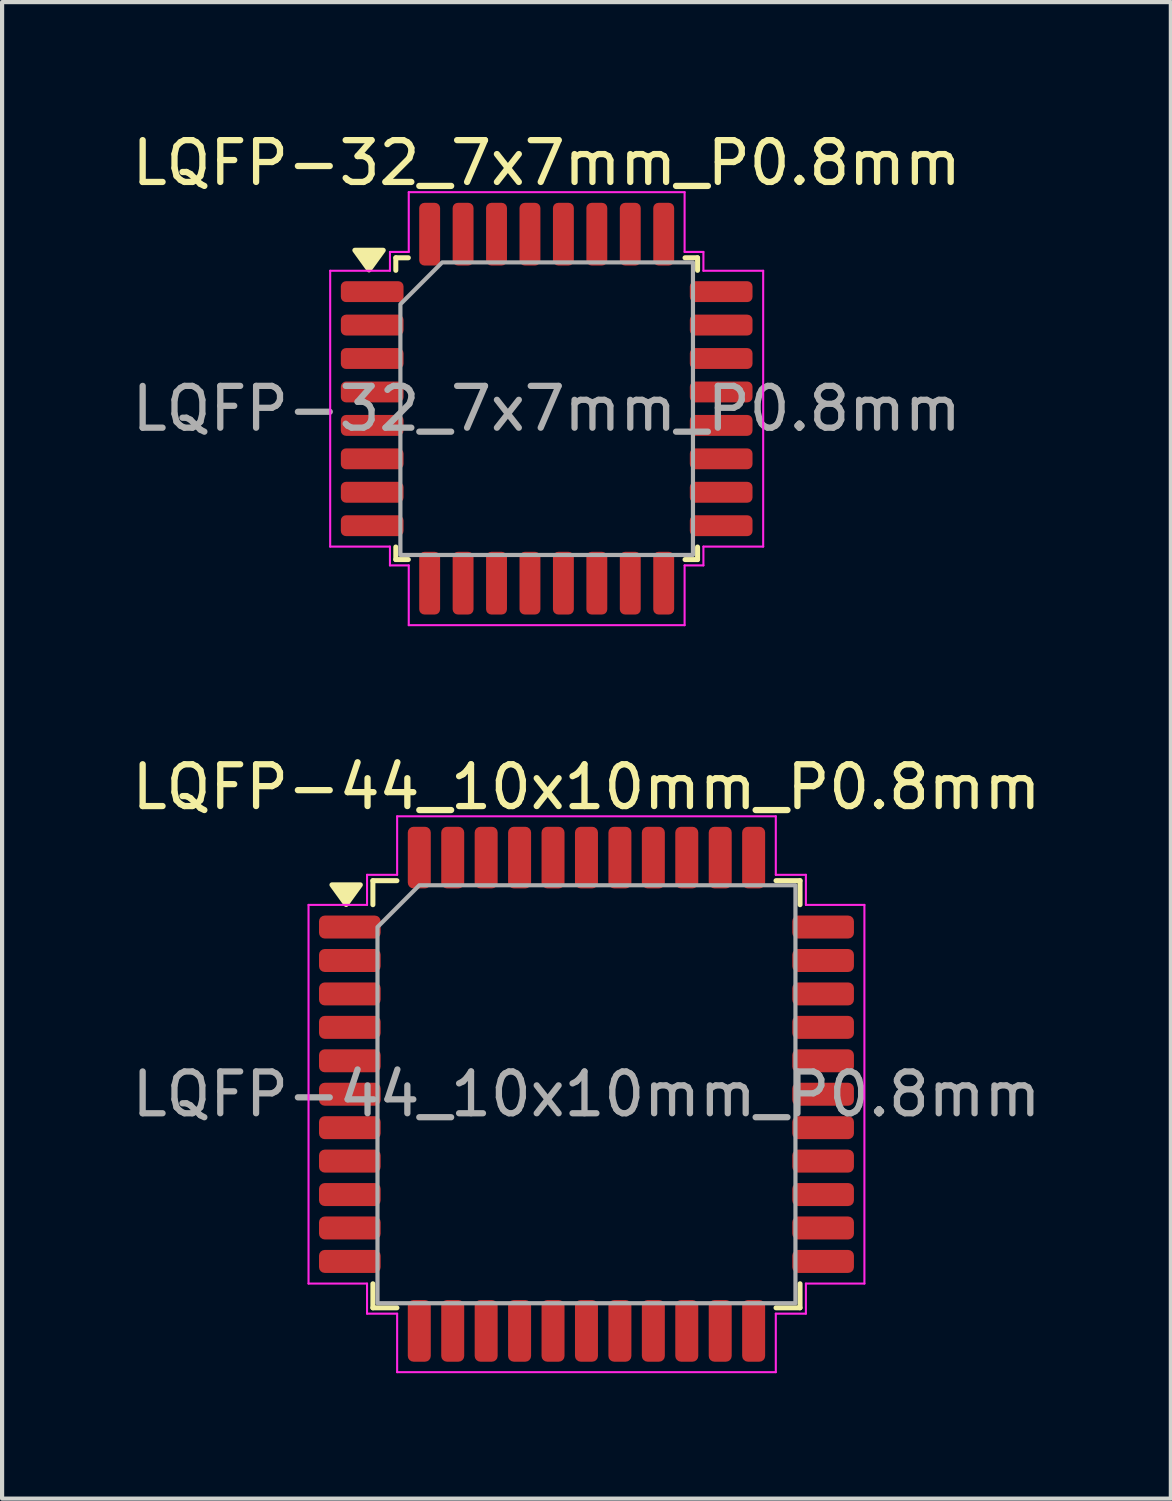
<source format=kicad_pcb>
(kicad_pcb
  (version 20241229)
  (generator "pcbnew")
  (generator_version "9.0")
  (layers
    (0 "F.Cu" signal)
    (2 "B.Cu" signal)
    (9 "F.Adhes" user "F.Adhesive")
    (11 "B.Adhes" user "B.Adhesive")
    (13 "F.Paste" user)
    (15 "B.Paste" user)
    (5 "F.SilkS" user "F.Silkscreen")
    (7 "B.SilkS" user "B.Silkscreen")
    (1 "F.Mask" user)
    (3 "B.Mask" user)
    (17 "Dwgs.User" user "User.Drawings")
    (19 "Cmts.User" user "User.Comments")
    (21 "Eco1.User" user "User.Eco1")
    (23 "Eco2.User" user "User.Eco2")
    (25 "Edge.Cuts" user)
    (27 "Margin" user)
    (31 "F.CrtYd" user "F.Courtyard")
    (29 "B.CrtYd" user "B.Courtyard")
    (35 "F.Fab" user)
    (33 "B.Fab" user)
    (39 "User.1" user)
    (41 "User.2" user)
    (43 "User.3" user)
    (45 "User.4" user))
  (footprint "LQFP-44_10x10mm_P0.8mm"
    (layer "F.Cu")
    (at 10.982 23.131)
    (property "Reference" "LQFP-44_10x10mm_P0.8mm" (at 0 -7.35 0) (layer "F.SilkS") (effects (font (size 1 1) (thickness 0.15))))
    (attr smd)
    (fp_line (start -5.11 -5.11) (end -4.535 -5.11) (stroke (width 0.12) (type solid)) (layer "F.SilkS"))
    (fp_line (start -5.11 -4.535) (end -5.11 -5.11) (stroke (width 0.12) (type solid)) (layer "F.SilkS"))
    (fp_line (start -5.11 5.11) (end -5.11 4.535) (stroke (width 0.12) (type solid)) (layer "F.SilkS"))
    (fp_line (start -4.535 5.11) (end -5.11 5.11) (stroke (width 0.12) (type solid)) (layer "F.SilkS"))
    (fp_line (start 4.535 -5.11) (end 5.11 -5.11) (stroke (width 0.12) (type solid)) (layer "F.SilkS"))
    (fp_line (start 5.11 -5.11) (end 5.11 -4.535) (stroke (width 0.12) (type solid)) (layer "F.SilkS"))
    (fp_line (start 5.11 4.535) (end 5.11 5.11) (stroke (width 0.12) (type solid)) (layer "F.SilkS"))
    (fp_line (start 5.11 5.11) (end 4.535 5.11) (stroke (width 0.12) (type solid)) (layer "F.SilkS"))
    (fp_poly (pts (xy -5.75 -4.54) (xy -6.09 -5.01) (xy -5.41 -5.01)) (stroke (width 0.12) (type solid)) (fill yes) (layer "F.SilkS"))
    (fp_line (start -6.65 -4.53) (end -5.25 -4.53) (stroke (width 0.05) (type solid)) (layer "F.CrtYd"))
    (fp_line (start -6.65 4.53) (end -6.65 -4.53) (stroke (width 0.05) (type solid)) (layer "F.CrtYd"))
    (fp_line (start -5.25 -5.25) (end -4.53 -5.25) (stroke (width 0.05) (type solid)) (layer "F.CrtYd"))
    (fp_line (start -5.25 -4.53) (end -5.25 -5.25) (stroke (width 0.05) (type solid)) (layer "F.CrtYd"))
    (fp_line (start -5.25 4.53) (end -6.65 4.53) (stroke (width 0.05) (type solid)) (layer "F.CrtYd"))
    (fp_line (start -5.25 5.25) (end -5.25 4.53) (stroke (width 0.05) (type solid)) (layer "F.CrtYd"))
    (fp_line (start -4.53 -6.65) (end 4.53 -6.65) (stroke (width 0.05) (type solid)) (layer "F.CrtYd"))
    (fp_line (start -4.53 -5.25) (end -4.53 -6.65) (stroke (width 0.05) (type solid)) (layer "F.CrtYd"))
    (fp_line (start -4.53 5.25) (end -5.25 5.25) (stroke (width 0.05) (type solid)) (layer "F.CrtYd"))
    (fp_line (start -4.53 6.65) (end -4.53 5.25) (stroke (width 0.05) (type solid)) (layer "F.CrtYd"))
    (fp_line (start 4.53 -6.65) (end 4.53 -5.25) (stroke (width 0.05) (type solid)) (layer "F.CrtYd"))
    (fp_line (start 4.53 -5.25) (end 5.25 -5.25) (stroke (width 0.05) (type solid)) (layer "F.CrtYd"))
    (fp_line (start 4.53 5.25) (end 4.53 6.65) (stroke (width 0.05) (type solid)) (layer "F.CrtYd"))
    (fp_line (start 4.53 6.65) (end -4.53 6.65) (stroke (width 0.05) (type solid)) (layer "F.CrtYd"))
    (fp_line (start 5.25 -5.25) (end 5.25 -4.53) (stroke (width 0.05) (type solid)) (layer "F.CrtYd"))
    (fp_line (start 5.25 -4.53) (end 6.65 -4.53) (stroke (width 0.05) (type solid)) (layer "F.CrtYd"))
    (fp_line (start 5.25 4.53) (end 5.25 5.25) (stroke (width 0.05) (type solid)) (layer "F.CrtYd"))
    (fp_line (start 5.25 5.25) (end 4.53 5.25) (stroke (width 0.05) (type solid)) (layer "F.CrtYd"))
    (fp_line (start 6.65 -4.53) (end 6.65 4.53) (stroke (width 0.05) (type solid)) (layer "F.CrtYd"))
    (fp_line (start 6.65 4.53) (end 5.25 4.53) (stroke (width 0.05) (type solid)) (layer "F.CrtYd"))
    (fp_poly (pts (xy -5 -4) (xy -5 5) (xy 5 5) (xy 5 -5) (xy -4 -5)) (stroke (width 0.1) (type solid)) (fill no) (layer "F.Fab"))
    (fp_text user "${REFERENCE}" (at 0 0 0) (layer "F.Fab") (effects (font (size 1 1) (thickness 0.15))))
    (pad "1" smd roundrect (at -5.662 -4) (size 1.475 0.55) (layers "F.Cu" "F.Mask" "F.Paste") (roundrect_rratio 0.25))
    (pad "2" smd roundrect (at -5.662 -3.2) (size 1.475 0.55) (layers "F.Cu" "F.Mask" "F.Paste") (roundrect_rratio 0.25))
    (pad "3" smd roundrect (at -5.662 -2.4) (size 1.475 0.55) (layers "F.Cu" "F.Mask" "F.Paste") (roundrect_rratio 0.25))
    (pad "4" smd roundrect (at -5.662 -1.6) (size 1.475 0.55) (layers "F.Cu" "F.Mask" "F.Paste") (roundrect_rratio 0.25))
    (pad "5" smd roundrect (at -5.662 -0.8) (size 1.475 0.55) (layers "F.Cu" "F.Mask" "F.Paste") (roundrect_rratio 0.25))
    (pad "6" smd roundrect (at -5.662 0) (size 1.475 0.55) (layers "F.Cu" "F.Mask" "F.Paste") (roundrect_rratio 0.25))
    (pad "7" smd roundrect (at -5.662 0.8) (size 1.475 0.55) (layers "F.Cu" "F.Mask" "F.Paste") (roundrect_rratio 0.25))
    (pad "8" smd roundrect (at -5.662 1.6) (size 1.475 0.55) (layers "F.Cu" "F.Mask" "F.Paste") (roundrect_rratio 0.25))
    (pad "9" smd roundrect (at -5.662 2.4) (size 1.475 0.55) (layers "F.Cu" "F.Mask" "F.Paste") (roundrect_rratio 0.25))
    (pad "10" smd roundrect (at -5.662 3.2) (size 1.475 0.55) (layers "F.Cu" "F.Mask" "F.Paste") (roundrect_rratio 0.25))
    (pad "11" smd roundrect (at -5.662 4) (size 1.475 0.55) (layers "F.Cu" "F.Mask" "F.Paste") (roundrect_rratio 0.25))
    (pad "12" smd roundrect (at -4 5.662) (size 0.55 1.475) (layers "F.Cu" "F.Mask" "F.Paste") (roundrect_rratio 0.25))
    (pad "13" smd roundrect (at -3.2 5.662) (size 0.55 1.475) (layers "F.Cu" "F.Mask" "F.Paste") (roundrect_rratio 0.25))
    (pad "14" smd roundrect (at -2.4 5.662) (size 0.55 1.475) (layers "F.Cu" "F.Mask" "F.Paste") (roundrect_rratio 0.25))
    (pad "15" smd roundrect (at -1.6 5.662) (size 0.55 1.475) (layers "F.Cu" "F.Mask" "F.Paste") (roundrect_rratio 0.25))
    (pad "16" smd roundrect (at -0.8 5.662) (size 0.55 1.475) (layers "F.Cu" "F.Mask" "F.Paste") (roundrect_rratio 0.25))
    (pad "17" smd roundrect (at 0 5.662) (size 0.55 1.475) (layers "F.Cu" "F.Mask" "F.Paste") (roundrect_rratio 0.25))
    (pad "18" smd roundrect (at 0.8 5.662) (size 0.55 1.475) (layers "F.Cu" "F.Mask" "F.Paste") (roundrect_rratio 0.25))
    (pad "19" smd roundrect (at 1.6 5.662) (size 0.55 1.475) (layers "F.Cu" "F.Mask" "F.Paste") (roundrect_rratio 0.25))
    (pad "20" smd roundrect (at 2.4 5.662) (size 0.55 1.475) (layers "F.Cu" "F.Mask" "F.Paste") (roundrect_rratio 0.25))
    (pad "21" smd roundrect (at 3.2 5.662) (size 0.55 1.475) (layers "F.Cu" "F.Mask" "F.Paste") (roundrect_rratio 0.25))
    (pad "22" smd roundrect (at 4 5.662) (size 0.55 1.475) (layers "F.Cu" "F.Mask" "F.Paste") (roundrect_rratio 0.25))
    (pad "23" smd roundrect (at 5.662 4) (size 1.475 0.55) (layers "F.Cu" "F.Mask" "F.Paste") (roundrect_rratio 0.25))
    (pad "24" smd roundrect (at 5.662 3.2) (size 1.475 0.55) (layers "F.Cu" "F.Mask" "F.Paste") (roundrect_rratio 0.25))
    (pad "25" smd roundrect (at 5.662 2.4) (size 1.475 0.55) (layers "F.Cu" "F.Mask" "F.Paste") (roundrect_rratio 0.25))
    (pad "26" smd roundrect (at 5.662 1.6) (size 1.475 0.55) (layers "F.Cu" "F.Mask" "F.Paste") (roundrect_rratio 0.25))
    (pad "27" smd roundrect (at 5.662 0.8) (size 1.475 0.55) (layers "F.Cu" "F.Mask" "F.Paste") (roundrect_rratio 0.25))
    (pad "28" smd roundrect (at 5.662 0) (size 1.475 0.55) (layers "F.Cu" "F.Mask" "F.Paste") (roundrect_rratio 0.25))
    (pad "29" smd roundrect (at 5.662 -0.8) (size 1.475 0.55) (layers "F.Cu" "F.Mask" "F.Paste") (roundrect_rratio 0.25))
    (pad "30" smd roundrect (at 5.662 -1.6) (size 1.475 0.55) (layers "F.Cu" "F.Mask" "F.Paste") (roundrect_rratio 0.25))
    (pad "31" smd roundrect (at 5.662 -2.4) (size 1.475 0.55) (layers "F.Cu" "F.Mask" "F.Paste") (roundrect_rratio 0.25))
    (pad "32" smd roundrect (at 5.662 -3.2) (size 1.475 0.55) (layers "F.Cu" "F.Mask" "F.Paste") (roundrect_rratio 0.25))
    (pad "33" smd roundrect (at 5.662 -4) (size 1.475 0.55) (layers "F.Cu" "F.Mask" "F.Paste") (roundrect_rratio 0.25))
    (pad "34" smd roundrect (at 4 -5.662) (size 0.55 1.475) (layers "F.Cu" "F.Mask" "F.Paste") (roundrect_rratio 0.25))
    (pad "35" smd roundrect (at 3.2 -5.662) (size 0.55 1.475) (layers "F.Cu" "F.Mask" "F.Paste") (roundrect_rratio 0.25))
    (pad "36" smd roundrect (at 2.4 -5.662) (size 0.55 1.475) (layers "F.Cu" "F.Mask" "F.Paste") (roundrect_rratio 0.25))
    (pad "37" smd roundrect (at 1.6 -5.662) (size 0.55 1.475) (layers "F.Cu" "F.Mask" "F.Paste") (roundrect_rratio 0.25))
    (pad "38" smd roundrect (at 0.8 -5.662) (size 0.55 1.475) (layers "F.Cu" "F.Mask" "F.Paste") (roundrect_rratio 0.25))
    (pad "39" smd roundrect (at 0 -5.662) (size 0.55 1.475) (layers "F.Cu" "F.Mask" "F.Paste") (roundrect_rratio 0.25))
    (pad "40" smd roundrect (at -0.8 -5.662) (size 0.55 1.475) (layers "F.Cu" "F.Mask" "F.Paste") (roundrect_rratio 0.25))
    (pad "41" smd roundrect (at -1.6 -5.662) (size 0.55 1.475) (layers "F.Cu" "F.Mask" "F.Paste") (roundrect_rratio 0.25))
    (pad "42" smd roundrect (at -2.4 -5.662) (size 0.55 1.475) (layers "F.Cu" "F.Mask" "F.Paste") (roundrect_rratio 0.25))
    (pad "43" smd roundrect (at -3.2 -5.662) (size 0.55 1.475) (layers "F.Cu" "F.Mask" "F.Paste") (roundrect_rratio 0.25))
    (pad "44" smd roundrect (at -4 -5.662) (size 0.55 1.475) (layers "F.Cu" "F.Mask" "F.Paste") (roundrect_rratio 0.25)))
  (footprint "LQFP-32_7x7mm_P0.8mm"
    (layer "F.Cu")
    (at 10.03 6.728)
    (property "Reference" "LQFP-32_7x7mm_P0.8mm" (at 0 -5.88 0) (layer "F.SilkS") (effects (font (size 1 1) (thickness 0.15))))
    (attr smd)
    (fp_line (start -3.61 -3.61) (end -3.31 -3.61) (stroke (width 0.12) (type solid)) (layer "F.SilkS"))
    (fp_line (start -3.61 -3.31) (end -3.61 -3.61) (stroke (width 0.12) (type solid)) (layer "F.SilkS"))
    (fp_line (start -3.61 3.61) (end -3.61 3.31) (stroke (width 0.12) (type solid)) (layer "F.SilkS"))
    (fp_line (start -3.31 3.61) (end -3.61 3.61) (stroke (width 0.12) (type solid)) (layer "F.SilkS"))
    (fp_line (start 3.31 -3.61) (end 3.61 -3.61) (stroke (width 0.12) (type solid)) (layer "F.SilkS"))
    (fp_line (start 3.61 -3.61) (end 3.61 -3.31) (stroke (width 0.12) (type solid)) (layer "F.SilkS"))
    (fp_line (start 3.61 3.31) (end 3.61 3.61) (stroke (width 0.12) (type solid)) (layer "F.SilkS"))
    (fp_line (start 3.61 3.61) (end 3.31 3.61) (stroke (width 0.12) (type solid)) (layer "F.SilkS"))
    (fp_poly (pts (xy -4.25 -3.32) (xy -4.59 -3.79) (xy -3.91 -3.79)) (stroke (width 0.12) (type solid)) (fill yes) (layer "F.SilkS"))
    (fp_line (start -5.18 -3.3) (end -3.75 -3.3) (stroke (width 0.05) (type solid)) (layer "F.CrtYd"))
    (fp_line (start -5.18 3.3) (end -5.18 -3.3) (stroke (width 0.05) (type solid)) (layer "F.CrtYd"))
    (fp_line (start -3.75 -3.75) (end -3.3 -3.75) (stroke (width 0.05) (type solid)) (layer "F.CrtYd"))
    (fp_line (start -3.75 -3.3) (end -3.75 -3.75) (stroke (width 0.05) (type solid)) (layer "F.CrtYd"))
    (fp_line (start -3.75 3.3) (end -5.18 3.3) (stroke (width 0.05) (type solid)) (layer "F.CrtYd"))
    (fp_line (start -3.75 3.75) (end -3.75 3.3) (stroke (width 0.05) (type solid)) (layer "F.CrtYd"))
    (fp_line (start -3.3 -5.18) (end 3.3 -5.18) (stroke (width 0.05) (type solid)) (layer "F.CrtYd"))
    (fp_line (start -3.3 -3.75) (end -3.3 -5.18) (stroke (width 0.05) (type solid)) (layer "F.CrtYd"))
    (fp_line (start -3.3 3.75) (end -3.75 3.75) (stroke (width 0.05) (type solid)) (layer "F.CrtYd"))
    (fp_line (start -3.3 5.18) (end -3.3 3.75) (stroke (width 0.05) (type solid)) (layer "F.CrtYd"))
    (fp_line (start 3.3 -5.18) (end 3.3 -3.75) (stroke (width 0.05) (type solid)) (layer "F.CrtYd"))
    (fp_line (start 3.3 -3.75) (end 3.75 -3.75) (stroke (width 0.05) (type solid)) (layer "F.CrtYd"))
    (fp_line (start 3.3 3.75) (end 3.3 5.18) (stroke (width 0.05) (type solid)) (layer "F.CrtYd"))
    (fp_line (start 3.3 5.18) (end -3.3 5.18) (stroke (width 0.05) (type solid)) (layer "F.CrtYd"))
    (fp_line (start 3.75 -3.75) (end 3.75 -3.3) (stroke (width 0.05) (type solid)) (layer "F.CrtYd"))
    (fp_line (start 3.75 -3.3) (end 5.18 -3.3) (stroke (width 0.05) (type solid)) (layer "F.CrtYd"))
    (fp_line (start 3.75 3.3) (end 3.75 3.75) (stroke (width 0.05) (type solid)) (layer "F.CrtYd"))
    (fp_line (start 3.75 3.75) (end 3.3 3.75) (stroke (width 0.05) (type solid)) (layer "F.CrtYd"))
    (fp_line (start 5.18 -3.3) (end 5.18 3.3) (stroke (width 0.05) (type solid)) (layer "F.CrtYd"))
    (fp_line (start 5.18 3.3) (end 3.75 3.3) (stroke (width 0.05) (type solid)) (layer "F.CrtYd"))
    (fp_poly (pts (xy -3.5 -2.5) (xy -3.5 3.5) (xy 3.5 3.5) (xy 3.5 -3.5) (xy -2.5 -3.5)) (stroke (width 0.1) (type solid)) (fill no) (layer "F.Fab"))
    (fp_text user "${REFERENCE}" (at 0 0 0) (layer "F.Fab") (effects (font (size 1 1) (thickness 0.15))))
    (pad "1" smd roundrect (at -4.175 -2.8) (size 1.5 0.5) (layers "F.Cu" "F.Mask" "F.Paste") (roundrect_rratio 0.25))
    (pad "2" smd roundrect (at -4.175 -2) (size 1.5 0.5) (layers "F.Cu" "F.Mask" "F.Paste") (roundrect_rratio 0.25))
    (pad "3" smd roundrect (at -4.175 -1.2) (size 1.5 0.5) (layers "F.Cu" "F.Mask" "F.Paste") (roundrect_rratio 0.25))
    (pad "4" smd roundrect (at -4.175 -0.4) (size 1.5 0.5) (layers "F.Cu" "F.Mask" "F.Paste") (roundrect_rratio 0.25))
    (pad "5" smd roundrect (at -4.175 0.4) (size 1.5 0.5) (layers "F.Cu" "F.Mask" "F.Paste") (roundrect_rratio 0.25))
    (pad "6" smd roundrect (at -4.175 1.2) (size 1.5 0.5) (layers "F.Cu" "F.Mask" "F.Paste") (roundrect_rratio 0.25))
    (pad "7" smd roundrect (at -4.175 2) (size 1.5 0.5) (layers "F.Cu" "F.Mask" "F.Paste") (roundrect_rratio 0.25))
    (pad "8" smd roundrect (at -4.175 2.8) (size 1.5 0.5) (layers "F.Cu" "F.Mask" "F.Paste") (roundrect_rratio 0.25))
    (pad "9" smd roundrect (at -2.8 4.175) (size 0.5 1.5) (layers "F.Cu" "F.Mask" "F.Paste") (roundrect_rratio 0.25))
    (pad "10" smd roundrect (at -2 4.175) (size 0.5 1.5) (layers "F.Cu" "F.Mask" "F.Paste") (roundrect_rratio 0.25))
    (pad "11" smd roundrect (at -1.2 4.175) (size 0.5 1.5) (layers "F.Cu" "F.Mask" "F.Paste") (roundrect_rratio 0.25))
    (pad "12" smd roundrect (at -0.4 4.175) (size 0.5 1.5) (layers "F.Cu" "F.Mask" "F.Paste") (roundrect_rratio 0.25))
    (pad "13" smd roundrect (at 0.4 4.175) (size 0.5 1.5) (layers "F.Cu" "F.Mask" "F.Paste") (roundrect_rratio 0.25))
    (pad "14" smd roundrect (at 1.2 4.175) (size 0.5 1.5) (layers "F.Cu" "F.Mask" "F.Paste") (roundrect_rratio 0.25))
    (pad "15" smd roundrect (at 2 4.175) (size 0.5 1.5) (layers "F.Cu" "F.Mask" "F.Paste") (roundrect_rratio 0.25))
    (pad "16" smd roundrect (at 2.8 4.175) (size 0.5 1.5) (layers "F.Cu" "F.Mask" "F.Paste") (roundrect_rratio 0.25))
    (pad "17" smd roundrect (at 4.175 2.8) (size 1.5 0.5) (layers "F.Cu" "F.Mask" "F.Paste") (roundrect_rratio 0.25))
    (pad "18" smd roundrect (at 4.175 2) (size 1.5 0.5) (layers "F.Cu" "F.Mask" "F.Paste") (roundrect_rratio 0.25))
    (pad "19" smd roundrect (at 4.175 1.2) (size 1.5 0.5) (layers "F.Cu" "F.Mask" "F.Paste") (roundrect_rratio 0.25))
    (pad "20" smd roundrect (at 4.175 0.4) (size 1.5 0.5) (layers "F.Cu" "F.Mask" "F.Paste") (roundrect_rratio 0.25))
    (pad "21" smd roundrect (at 4.175 -0.4) (size 1.5 0.5) (layers "F.Cu" "F.Mask" "F.Paste") (roundrect_rratio 0.25))
    (pad "22" smd roundrect (at 4.175 -1.2) (size 1.5 0.5) (layers "F.Cu" "F.Mask" "F.Paste") (roundrect_rratio 0.25))
    (pad "23" smd roundrect (at 4.175 -2) (size 1.5 0.5) (layers "F.Cu" "F.Mask" "F.Paste") (roundrect_rratio 0.25))
    (pad "24" smd roundrect (at 4.175 -2.8) (size 1.5 0.5) (layers "F.Cu" "F.Mask" "F.Paste") (roundrect_rratio 0.25))
    (pad "25" smd roundrect (at 2.8 -4.175) (size 0.5 1.5) (layers "F.Cu" "F.Mask" "F.Paste") (roundrect_rratio 0.25))
    (pad "26" smd roundrect (at 2 -4.175) (size 0.5 1.5) (layers "F.Cu" "F.Mask" "F.Paste") (roundrect_rratio 0.25))
    (pad "27" smd roundrect (at 1.2 -4.175) (size 0.5 1.5) (layers "F.Cu" "F.Mask" "F.Paste") (roundrect_rratio 0.25))
    (pad "28" smd roundrect (at 0.4 -4.175) (size 0.5 1.5) (layers "F.Cu" "F.Mask" "F.Paste") (roundrect_rratio 0.25))
    (pad "29" smd roundrect (at -0.4 -4.175) (size 0.5 1.5) (layers "F.Cu" "F.Mask" "F.Paste") (roundrect_rratio 0.25))
    (pad "30" smd roundrect (at -1.2 -4.175) (size 0.5 1.5) (layers "F.Cu" "F.Mask" "F.Paste") (roundrect_rratio 0.25))
    (pad "31" smd roundrect (at -2 -4.175) (size 0.5 1.5) (layers "F.Cu" "F.Mask" "F.Paste") (roundrect_rratio 0.25))
    (pad "32" smd roundrect (at -2.8 -4.175) (size 0.5 1.5) (layers "F.Cu" "F.Mask" "F.Paste") (roundrect_rratio 0.25)))
  (gr_rect
    (start -3 -3)
    (end 24.964 32.806)
    (stroke (width 0.1) (type default))
    (fill no)
    (layer "Edge.Cuts")))
</source>
